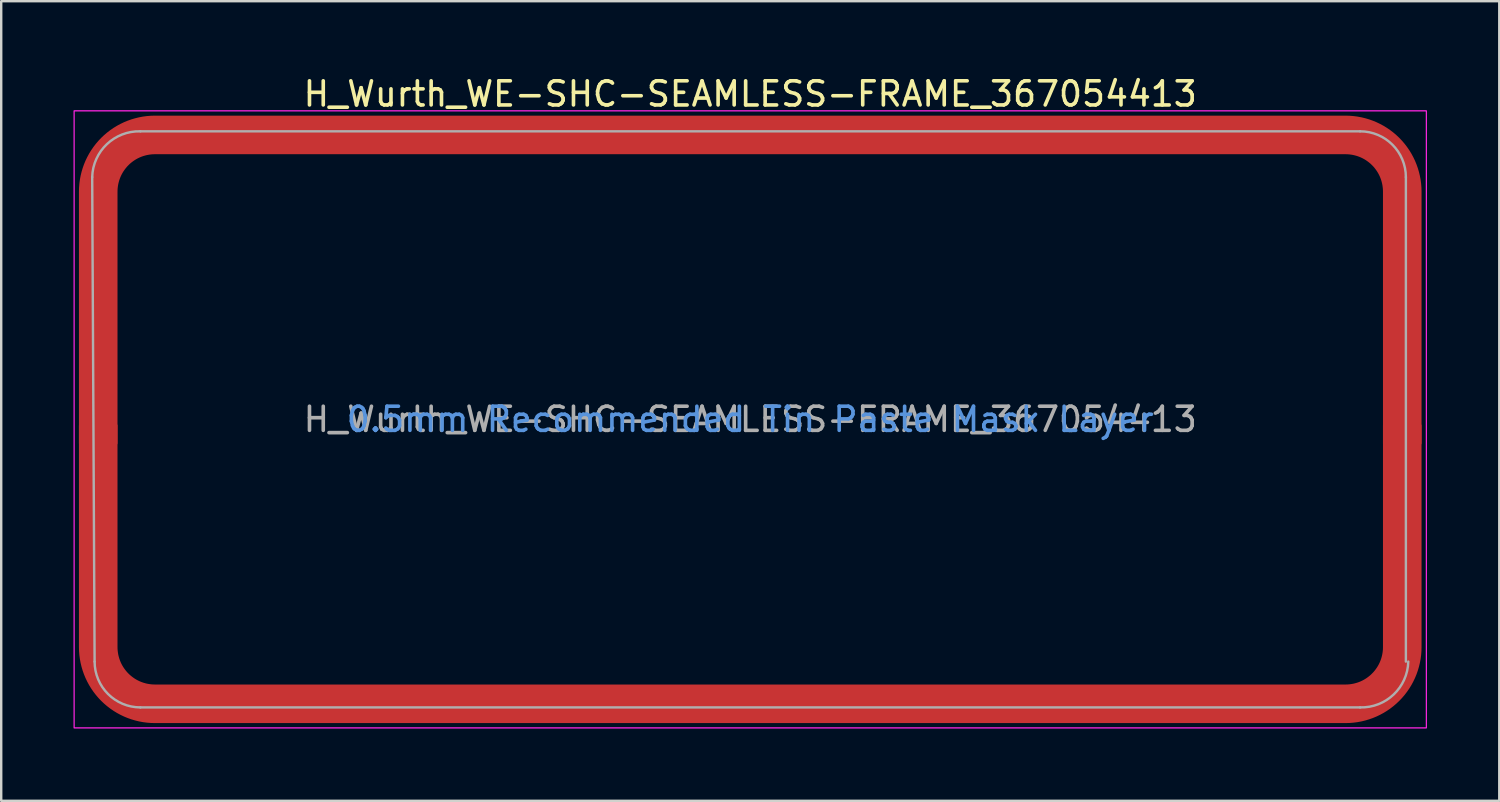
<source format=kicad_pcb>
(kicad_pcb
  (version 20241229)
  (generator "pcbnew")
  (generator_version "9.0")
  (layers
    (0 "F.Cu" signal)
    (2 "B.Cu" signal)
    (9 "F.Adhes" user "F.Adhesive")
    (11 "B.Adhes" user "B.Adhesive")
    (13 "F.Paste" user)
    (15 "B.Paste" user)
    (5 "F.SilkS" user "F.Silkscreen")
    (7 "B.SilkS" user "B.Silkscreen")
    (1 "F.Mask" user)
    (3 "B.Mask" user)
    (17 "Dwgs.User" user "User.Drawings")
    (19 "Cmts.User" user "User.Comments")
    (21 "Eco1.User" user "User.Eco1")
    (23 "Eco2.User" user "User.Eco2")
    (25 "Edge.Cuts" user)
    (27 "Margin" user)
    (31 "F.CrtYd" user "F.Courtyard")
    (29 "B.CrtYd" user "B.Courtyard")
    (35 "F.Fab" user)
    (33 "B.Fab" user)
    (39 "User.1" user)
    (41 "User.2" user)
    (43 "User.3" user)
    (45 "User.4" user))
  (footprint "H_Wurth_WE-SHC-SEAMLESS-FRAME_367054413"
    (layer "F.Cu")
    (at 28.075 14.348)
    (property "Reference" "H_Wurth_WE-SHC-SEAMLESS-FRAME_367054413" (at 0 -13.5 0) (unlocked yes) (layer "F.SilkS") (effects (font (size 1 1) (thickness 0.15))))
    (attr smd)
    (fp_poly (pts (xy 26.3 0.25) (xy 27.8 0.25) (xy 27.8 9.45) (xy 27.796 9.612) (xy 27.783 9.774) (xy 27.762 9.935) (xy 27.732 10.095) (xy 27.694 10.252) (xy 27.648 10.408) (xy 27.594 10.561) (xy 27.532 10.711) (xy 27.462 10.857) (xy 27.385 11) (xy 27.3 11.138) (xy 27.208 11.272) (xy 27.109 11.401) (xy 27.004 11.524) (xy 26.892 11.642) (xy 26.774 11.754) (xy 26.651 11.859) (xy 26.522 11.958) (xy 26.388 12.05) (xy 26.25 12.135) (xy 26.107 12.212) (xy 25.961 12.282) (xy 25.811 12.344) (xy 25.658 12.398) (xy 25.502 12.444) (xy 25.345 12.482) (xy 25.185 12.512) (xy 25.024 12.533) (xy 24.862 12.546) (xy 24.7 12.55) (xy -24.7 12.55) (xy -24.862 12.546) (xy -25.024 12.533) (xy -25.185 12.512) (xy -25.345 12.482) (xy -25.502 12.444) (xy -25.658 12.398) (xy -25.811 12.344) (xy -25.961 12.282) (xy -26.107 12.212) (xy -26.25 12.135) (xy -26.388 12.05) (xy -26.522 11.958) (xy -26.651 11.859) (xy -26.774 11.754) (xy -26.892 11.642) (xy -27.004 11.524) (xy -27.109 11.401) (xy -27.208 11.272) (xy -27.3 11.138) (xy -27.385 11) (xy -27.462 10.857) (xy -27.532 10.711) (xy -27.594 10.561) (xy -27.648 10.408) (xy -27.694 10.252) (xy -27.732 10.095) (xy -27.762 9.935) (xy -27.783 9.774) (xy -27.796 9.612) (xy -27.8 9.45) (xy -27.8 0.25) (xy -26.3 0.25) (xy -26.3 9.45) (xy -26.298 9.534) (xy -26.291 9.617) (xy -26.28 9.7) (xy -26.265 9.783) (xy -26.245 9.864) (xy -26.222 9.944) (xy -26.194 10.023) (xy -26.162 10.101) (xy -26.126 10.176) (xy -26.086 10.25) (xy -26.042 10.321) (xy -25.994 10.39) (xy -25.943 10.457) (xy -25.889 10.521) (xy -25.831 10.581) (xy -25.771 10.639) (xy -25.707 10.693) (xy -25.64 10.744) (xy -25.571 10.792) (xy -25.5 10.836) (xy -25.426 10.876) (xy -25.351 10.912) (xy -25.273 10.944) (xy -25.194 10.972) (xy -25.114 10.995) (xy -25.033 11.015) (xy -24.95 11.03) (xy -24.867 11.041) (xy -24.784 11.048) (xy -24.7 11.05) (xy 24.7 11.05) (xy 24.784 11.048) (xy 24.867 11.041) (xy 24.95 11.03) (xy 25.033 11.015) (xy 25.114 10.995) (xy 25.194 10.972) (xy 25.273 10.944) (xy 25.351 10.912) (xy 25.426 10.876) (xy 25.5 10.836) (xy 25.571 10.792) (xy 25.64 10.744) (xy 25.707 10.693) (xy 25.771 10.639) (xy 25.831 10.581) (xy 25.889 10.521) (xy 25.943 10.457) (xy 25.994 10.39) (xy 26.042 10.321) (xy 26.086 10.25) (xy 26.126 10.176) (xy 26.162 10.101) (xy 26.194 10.023) (xy 26.222 9.944) (xy 26.245 9.864) (xy 26.265 9.783) (xy 26.28 9.7) (xy 26.291 9.617) (xy 26.298 9.534) (xy 26.3 9.45) (xy 26.3 0.25)) (stroke (width 0.1) (type solid)) (fill yes) (layer "F.Cu"))
    (fp_poly (pts (xy 26.3 0.25) (xy 27.8 0.25) (xy 27.8 9.45) (xy 27.796 9.612) (xy 27.783 9.774) (xy 27.762 9.935) (xy 27.732 10.095) (xy 27.694 10.252) (xy 27.648 10.408) (xy 27.594 10.561) (xy 27.532 10.711) (xy 27.462 10.857) (xy 27.385 11) (xy 27.3 11.138) (xy 27.208 11.272) (xy 27.109 11.401) (xy 27.004 11.524) (xy 26.892 11.642) (xy 26.774 11.754) (xy 26.651 11.859) (xy 26.522 11.958) (xy 26.388 12.05) (xy 26.25 12.135) (xy 26.107 12.212) (xy 25.961 12.282) (xy 25.811 12.344) (xy 25.658 12.398) (xy 25.502 12.444) (xy 25.345 12.482) (xy 25.185 12.512) (xy 25.024 12.533) (xy 24.862 12.546) (xy 24.7 12.55) (xy -24.7 12.55) (xy -24.862 12.546) (xy -25.024 12.533) (xy -25.185 12.512) (xy -25.345 12.482) (xy -25.502 12.444) (xy -25.658 12.398) (xy -25.811 12.344) (xy -25.961 12.282) (xy -26.107 12.212) (xy -26.25 12.135) (xy -26.388 12.05) (xy -26.522 11.958) (xy -26.651 11.859) (xy -26.774 11.754) (xy -26.892 11.642) (xy -27.004 11.524) (xy -27.109 11.401) (xy -27.208 11.272) (xy -27.3 11.138) (xy -27.385 11) (xy -27.462 10.857) (xy -27.532 10.711) (xy -27.594 10.561) (xy -27.648 10.408) (xy -27.694 10.252) (xy -27.732 10.095) (xy -27.762 9.935) (xy -27.783 9.774) (xy -27.796 9.612) (xy -27.8 9.45) (xy -27.8 0.25) (xy -26.3 0.25) (xy -26.3 9.45) (xy -26.298 9.534) (xy -26.291 9.617) (xy -26.28 9.7) (xy -26.265 9.783) (xy -26.245 9.864) (xy -26.222 9.944) (xy -26.194 10.023) (xy -26.162 10.101) (xy -26.126 10.176) (xy -26.086 10.25) (xy -26.042 10.321) (xy -25.994 10.39) (xy -25.943 10.457) (xy -25.889 10.521) (xy -25.831 10.581) (xy -25.771 10.639) (xy -25.707 10.693) (xy -25.64 10.744) (xy -25.571 10.792) (xy -25.5 10.836) (xy -25.426 10.876) (xy -25.351 10.912) (xy -25.273 10.944) (xy -25.194 10.972) (xy -25.114 10.995) (xy -25.033 11.015) (xy -24.95 11.03) (xy -24.867 11.041) (xy -24.784 11.048) (xy -24.7 11.05) (xy 24.7 11.05) (xy 24.784 11.048) (xy 24.867 11.041) (xy 24.95 11.03) (xy 25.033 11.015) (xy 25.114 10.995) (xy 25.194 10.972) (xy 25.273 10.944) (xy 25.351 10.912) (xy 25.426 10.876) (xy 25.5 10.836) (xy 25.571 10.792) (xy 25.64 10.744) (xy 25.707 10.693) (xy 25.771 10.639) (xy 25.831 10.581) (xy 25.889 10.521) (xy 25.943 10.457) (xy 25.994 10.39) (xy 26.042 10.321) (xy 26.086 10.25) (xy 26.126 10.176) (xy 26.162 10.101) (xy 26.194 10.023) (xy 26.222 9.944) (xy 26.245 9.864) (xy 26.265 9.783) (xy 26.28 9.7) (xy 26.291 9.617) (xy 26.298 9.534) (xy 26.3 9.45) (xy 26.3 0.25)) (stroke (width 0.1) (type solid)) (fill yes) (layer "F.Mask"))
    (fp_poly (pts (xy 26.3 0.25) (xy 27.8 0.25) (xy 27.8 9.45) (xy 27.796 9.612) (xy 27.783 9.774) (xy 27.762 9.935) (xy 27.732 10.095) (xy 27.694 10.252) (xy 27.648 10.408) (xy 27.594 10.561) (xy 27.532 10.711) (xy 27.462 10.857) (xy 27.385 11) (xy 27.3 11.138) (xy 27.208 11.272) (xy 27.109 11.401) (xy 27.004 11.524) (xy 26.892 11.642) (xy 26.774 11.754) (xy 26.651 11.859) (xy 26.522 11.958) (xy 26.388 12.05) (xy 26.25 12.135) (xy 26.107 12.212) (xy 25.961 12.282) (xy 25.811 12.344) (xy 25.658 12.398) (xy 25.502 12.444) (xy 25.345 12.482) (xy 25.185 12.512) (xy 25.024 12.533) (xy 24.862 12.546) (xy 24.7 12.55) (xy -24.7 12.55) (xy -24.862 12.546) (xy -25.024 12.533) (xy -25.185 12.512) (xy -25.345 12.482) (xy -25.502 12.444) (xy -25.658 12.398) (xy -25.811 12.344) (xy -25.961 12.282) (xy -26.107 12.212) (xy -26.25 12.135) (xy -26.388 12.05) (xy -26.522 11.958) (xy -26.651 11.859) (xy -26.774 11.754) (xy -26.892 11.642) (xy -27.004 11.524) (xy -27.109 11.401) (xy -27.208 11.272) (xy -27.3 11.138) (xy -27.385 11) (xy -27.462 10.857) (xy -27.532 10.711) (xy -27.594 10.561) (xy -27.648 10.408) (xy -27.694 10.252) (xy -27.732 10.095) (xy -27.762 9.935) (xy -27.783 9.774) (xy -27.796 9.612) (xy -27.8 9.45) (xy -27.8 0.25) (xy -26.3 0.25) (xy -26.3 9.45) (xy -26.298 9.534) (xy -26.291 9.617) (xy -26.28 9.7) (xy -26.265 9.783) (xy -26.245 9.864) (xy -26.222 9.944) (xy -26.194 10.023) (xy -26.162 10.101) (xy -26.126 10.176) (xy -26.086 10.25) (xy -26.042 10.321) (xy -25.994 10.39) (xy -25.943 10.457) (xy -25.889 10.521) (xy -25.831 10.581) (xy -25.771 10.639) (xy -25.707 10.693) (xy -25.64 10.744) (xy -25.571 10.792) (xy -25.5 10.836) (xy -25.426 10.876) (xy -25.351 10.912) (xy -25.273 10.944) (xy -25.194 10.972) (xy -25.114 10.995) (xy -25.033 11.015) (xy -24.95 11.03) (xy -24.867 11.041) (xy -24.784 11.048) (xy -24.7 11.05) (xy 24.7 11.05) (xy 24.784 11.048) (xy 24.867 11.041) (xy 24.95 11.03) (xy 25.033 11.015) (xy 25.114 10.995) (xy 25.194 10.972) (xy 25.273 10.944) (xy 25.351 10.912) (xy 25.426 10.876) (xy 25.5 10.836) (xy 25.571 10.792) (xy 25.64 10.744) (xy 25.707 10.693) (xy 25.771 10.639) (xy 25.831 10.581) (xy 25.889 10.521) (xy 25.943 10.457) (xy 25.994 10.39) (xy 26.042 10.321) (xy 26.086 10.25) (xy 26.126 10.176) (xy 26.162 10.101) (xy 26.194 10.023) (xy 26.222 9.944) (xy 26.245 9.864) (xy 26.265 9.783) (xy 26.28 9.7) (xy 26.291 9.617) (xy 26.298 9.534) (xy 26.3 9.45) (xy 26.3 0.25)) (stroke (width 0.1) (type solid)) (fill yes) (layer "F.Paste"))
    (fp_rect (start -28.05 -12.8) (end 28.05 12.8) (stroke (width 0.05) (type solid)) (fill no) (layer "F.CrtYd"))
    (fp_line (start -27.2 10.05) (end -27.3 -10.05) (stroke (width 0.1) (type solid)) (layer "F.Fab"))
    (fp_line (start -25.3 -11.95) (end 25.3 -11.95) (stroke (width 0.1) (type solid)) (layer "F.Fab"))
    (fp_line (start -25.3 11.95) (end 25.3 11.95) (stroke (width 0.1) (type solid)) (layer "F.Fab"))
    (fp_line (start 27.2 10.05) (end 27.2 -10.05) (stroke (width 0.1) (type solid)) (layer "F.Fab"))
    (fp_arc (start -27.3 -10.05) (mid -26.693503 -11.414212) (end -25.300001 -11.949999) (stroke (width 0.1) (type solid)) (layer "F.Fab"))
    (fp_arc (start -25.3 11.95) (mid -26.643502 11.393503) (end -27.199999 10.050001) (stroke (width 0.1) (type solid)) (layer "F.Fab"))
    (fp_arc (start 25.3 -11.95) (mid 26.643502 -11.393503) (end 27.199999 -10.050001) (stroke (width 0.1) (type solid)) (layer "F.Fab"))
    (fp_arc (start 27.3 10.05) (mid 26.693503 11.414212) (end 25.300001 11.949999) (stroke (width 0.1) (type solid)) (layer "F.Fab"))
    (fp_text user "0.5mm Recommended Tin Paste Mask Layer" (at 0 0 0) (unlocked yes) (layer "Cmts.User") (effects (font (size 1 1) (thickness 0.15))))
    (fp_text user "${REFERENCE}" (at 0 0 0) (unlocked yes) (layer "F.Fab") (effects (font (size 1 1) (thickness 0.15))))
    (pad "1" smd custom (at -27.05 0) (size 1.5 0.1) (layers "F.Cu" "F.Mask" "F.Paste") (options (anchor rect)) (primitives (gr_poly (pts (xy 0.75 1) (xy -0.75 1) (xy -0.75 -9.45) (xy -0.746 -9.612) (xy -0.733 -9.774) (xy -0.712 -9.935) (xy -0.682 -10.095) (xy -0.644 -10.252) (xy -0.598 -10.408) (xy -0.544 -10.561) (xy -0.482 -10.711) (xy -0.412 -10.857) (xy -0.335 -11) (xy -0.25 -11.138) (xy -0.158 -11.272) (xy -0.059 -11.401) (xy 0.046 -11.524) (xy 0.158 -11.642) (xy 0.276 -11.754) (xy 0.399 -11.859) (xy 0.528 -11.958) (xy 0.662 -12.05) (xy 0.8 -12.135) (xy 0.943 -12.212) (xy 1.089 -12.282) (xy 1.239 -12.344) (xy 1.392 -12.398) (xy 1.548 -12.444) (xy 1.705 -12.482) (xy 1.865 -12.512) (xy 2.026 -12.533) (xy 2.188 -12.546) (xy 2.35 -12.55) (xy 51.75 -12.55) (xy 51.912 -12.546) (xy 52.074 -12.533) (xy 52.235 -12.512) (xy 52.395 -12.482) (xy 52.552 -12.444) (xy 52.708 -12.398) (xy 52.861 -12.344) (xy 53.011 -12.282) (xy 53.157 -12.212) (xy 53.3 -12.135) (xy 53.438 -12.05) (xy 53.572 -11.958) (xy 53.701 -11.859) (xy 53.824 -11.754) (xy 53.942 -11.642) (xy 54.054 -11.524) (xy 54.159 -11.401) (xy 54.258 -11.272) (xy 54.35 -11.138) (xy 54.435 -11) (xy 54.512 -10.857) (xy 54.582 -10.711) (xy 54.644 -10.561) (xy 54.698 -10.408) (xy 54.744 -10.252) (xy 54.782 -10.095) (xy 54.812 -9.935) (xy 54.833 -9.774) (xy 54.846 -9.612) (xy 54.85 -9.45) (xy 54.85 1) (xy 53.35 1) (xy 53.35 -9.45) (xy 53.348 -9.534) (xy 53.341 -9.617) (xy 53.33 -9.7) (xy 53.315 -9.783) (xy 53.295 -9.864) (xy 53.272 -9.944) (xy 53.244 -10.023) (xy 53.212 -10.101) (xy 53.176 -10.176) (xy 53.136 -10.25) (xy 53.092 -10.321) (xy 53.044 -10.39) (xy 52.993 -10.457) (xy 52.939 -10.521) (xy 52.881 -10.581) (xy 52.821 -10.639) (xy 52.757 -10.693) (xy 52.69 -10.744) (xy 52.621 -10.792) (xy 52.55 -10.836) (xy 52.476 -10.876) (xy 52.401 -10.912) (xy 52.323 -10.944) (xy 52.244 -10.972) (xy 52.164 -10.995) (xy 52.083 -11.015) (xy 52 -11.03) (xy 51.917 -11.041) (xy 51.834 -11.048) (xy 51.75 -11.05) (xy 2.35 -11.05) (xy 2.266 -11.048) (xy 2.183 -11.041) (xy 2.1 -11.03) (xy 2.017 -11.015) (xy 1.936 -10.995) (xy 1.856 -10.972) (xy 1.777 -10.944) (xy 1.699 -10.912) (xy 1.624 -10.876) (xy 1.55 -10.836) (xy 1.479 -10.792) (xy 1.41 -10.744) (xy 1.343 -10.693) (xy 1.279 -10.639) (xy 1.219 -10.581) (xy 1.161 -10.521) (xy 1.107 -10.457) (xy 1.056 -10.39) (xy 1.008 -10.321) (xy 0.964 -10.25) (xy 0.924 -10.176) (xy 0.888 -10.101) (xy 0.856 -10.023) (xy 0.828 -9.944) (xy 0.805 -9.864) (xy 0.785 -9.783) (xy 0.77 -9.7) (xy 0.759 -9.617) (xy 0.752 -9.534) (xy 0.75 -9.45) (xy 0.75 1)) (width 0.1) (fill yes)))))
  (gr_rect
    (start -3 -3)
    (end 59.15 30.173)
    (stroke (width 0.1) (type default))
    (fill no)
    (layer "Edge.Cuts")))
</source>
